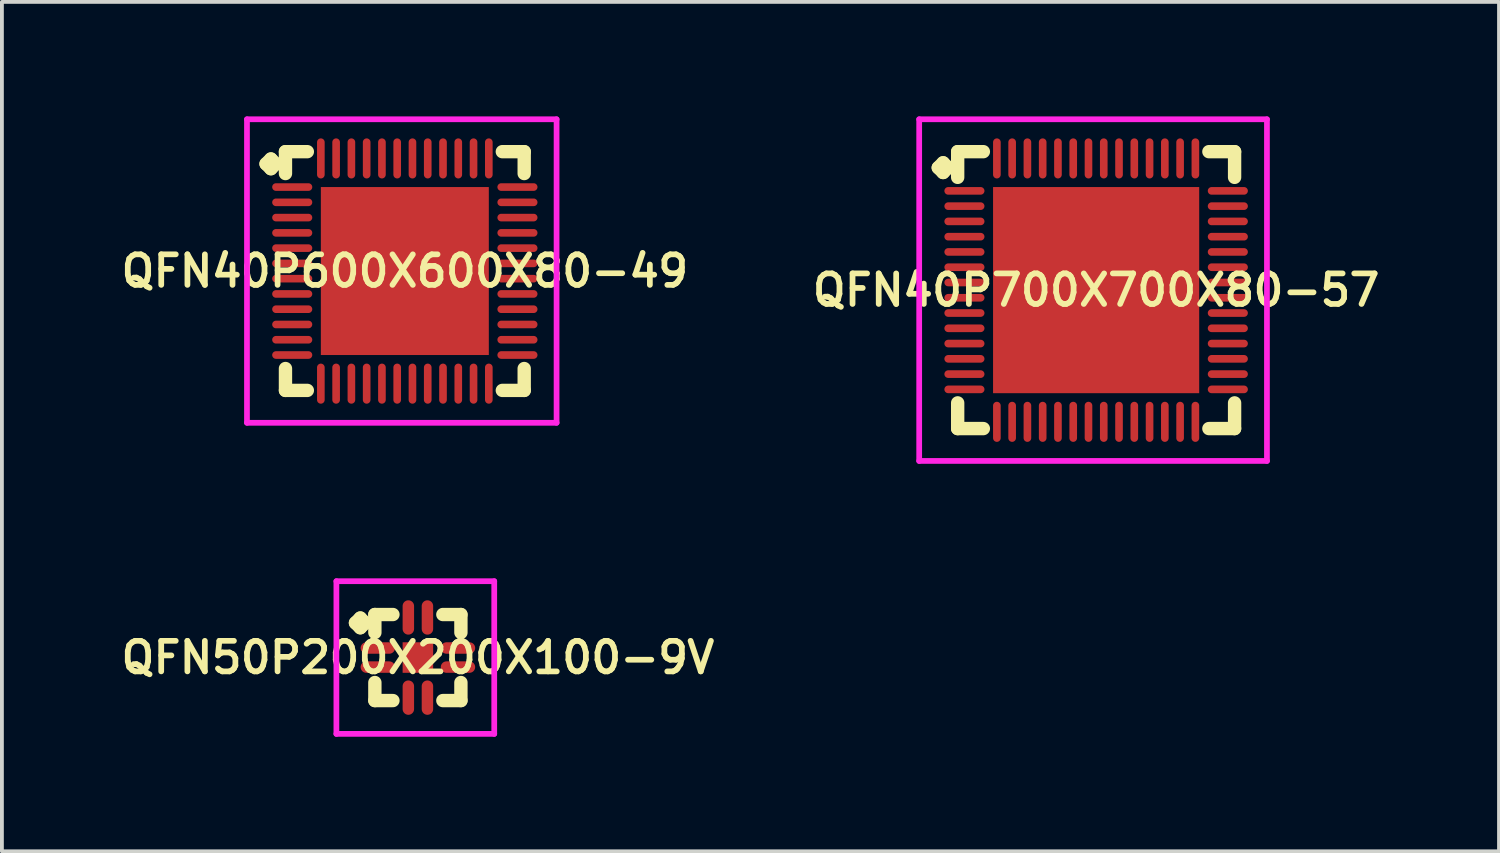
<source format=kicad_pcb>
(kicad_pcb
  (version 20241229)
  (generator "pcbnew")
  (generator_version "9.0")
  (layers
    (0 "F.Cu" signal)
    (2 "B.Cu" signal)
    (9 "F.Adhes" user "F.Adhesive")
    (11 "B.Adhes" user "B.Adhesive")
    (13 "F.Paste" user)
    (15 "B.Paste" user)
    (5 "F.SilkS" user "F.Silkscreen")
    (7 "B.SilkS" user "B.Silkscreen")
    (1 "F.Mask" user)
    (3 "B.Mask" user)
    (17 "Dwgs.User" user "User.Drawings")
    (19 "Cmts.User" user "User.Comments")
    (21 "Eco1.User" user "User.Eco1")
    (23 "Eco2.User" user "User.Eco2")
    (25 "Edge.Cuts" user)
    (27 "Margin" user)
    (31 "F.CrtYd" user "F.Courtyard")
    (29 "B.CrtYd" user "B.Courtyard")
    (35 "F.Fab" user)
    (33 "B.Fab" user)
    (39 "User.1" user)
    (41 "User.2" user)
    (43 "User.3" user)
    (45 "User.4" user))
  (footprint "QFN40P600X600X80-49"
    (layer "F.Cu")
    (at 7.555 4.05)
    (property "Reference" "QFN40P600X600X80-49" (at 0 0 0) (layer "F.SilkS") (effects (font (size 0.8 0.8) (thickness 0.15))))
    (attr smd)
    (fp_line (start -3.635 -2.808) (end -3.508 -2.935) (stroke (width 0.35) (type solid)) (layer "F.SilkS"))
    (fp_line (start -3.508 -2.935) (end -3.381 -2.808) (stroke (width 0.35) (type solid)) (layer "F.SilkS"))
    (fp_line (start -3.508 -2.681) (end -3.635 -2.808) (stroke (width 0.35) (type solid)) (layer "F.SilkS"))
    (fp_line (start -3.381 -2.808) (end -3.508 -2.681) (stroke (width 0.35) (type solid)) (layer "F.SilkS"))
    (fp_line (start -3.127 -3.127) (end -2.554 -3.127) (stroke (width 0.35) (type solid)) (layer "F.SilkS"))
    (fp_line (start -3.127 -2.554) (end -3.127 -3.127) (stroke (width 0.35) (type solid)) (layer "F.SilkS"))
    (fp_line (start -3.127 2.554) (end -3.127 3.127) (stroke (width 0.35) (type solid)) (layer "F.SilkS"))
    (fp_line (start -3.127 3.127) (end -2.554 3.127) (stroke (width 0.35) (type solid)) (layer "F.SilkS"))
    (fp_line (start 2.554 -3.127) (end 3.127 -3.127) (stroke (width 0.35) (type solid)) (layer "F.SilkS"))
    (fp_line (start 2.554 3.127) (end 3.127 3.127) (stroke (width 0.35) (type solid)) (layer "F.SilkS"))
    (fp_line (start 3.127 -3.127) (end 3.127 -2.554) (stroke (width 0.35) (type solid)) (layer "F.SilkS"))
    (fp_line (start 3.127 3.127) (end 3.127 2.554) (stroke (width 0.35) (type solid)) (layer "F.SilkS"))
    (fp_line (start -4.135 -3.975) (end 3.975 -3.975) (stroke (width 0.15) (type solid)) (layer "F.CrtYd"))
    (fp_line (start -4.135 3.975) (end -4.135 -3.975) (stroke (width 0.15) (type solid)) (layer "F.CrtYd"))
    (fp_line (start 3.975 -3.975) (end 3.975 3.975) (stroke (width 0.15) (type solid)) (layer "F.CrtYd"))
    (fp_line (start 3.975 3.975) (end -4.135 3.975) (stroke (width 0.15) (type solid)) (layer "F.CrtYd"))
    (pad "1" smd oval (at -2.95 -2.2) (size 1.05 0.2) (layers "F.Cu" "F.Mask" "F.Paste"))
    (pad "2" smd oval (at -2.95 -1.8) (size 1.05 0.2) (layers "F.Cu" "F.Mask" "F.Paste"))
    (pad "3" smd oval (at -2.95 -1.4) (size 1.05 0.2) (layers "F.Cu" "F.Mask" "F.Paste"))
    (pad "4" smd oval (at -2.95 -1) (size 1.05 0.2) (layers "F.Cu" "F.Mask" "F.Paste"))
    (pad "5" smd oval (at -2.95 -0.6) (size 1.05 0.2) (layers "F.Cu" "F.Mask" "F.Paste"))
    (pad "6" smd oval (at -2.95 -0.2) (size 1.05 0.2) (layers "F.Cu" "F.Mask" "F.Paste"))
    (pad "7" smd oval (at -2.95 0.2) (size 1.05 0.2) (layers "F.Cu" "F.Mask" "F.Paste"))
    (pad "8" smd oval (at -2.95 0.6) (size 1.05 0.2) (layers "F.Cu" "F.Mask" "F.Paste"))
    (pad "9" smd oval (at -2.95 1) (size 1.05 0.2) (layers "F.Cu" "F.Mask" "F.Paste"))
    (pad "10" smd oval (at -2.95 1.4) (size 1.05 0.2) (layers "F.Cu" "F.Mask" "F.Paste"))
    (pad "11" smd oval (at -2.95 1.8) (size 1.05 0.2) (layers "F.Cu" "F.Mask" "F.Paste"))
    (pad "12" smd oval (at -2.95 2.2) (size 1.05 0.2) (layers "F.Cu" "F.Mask" "F.Paste"))
    (pad "13" smd oval (at -2.2 2.95) (size 0.2 1.05) (layers "F.Cu" "F.Mask" "F.Paste"))
    (pad "14" smd oval (at -1.8 2.95) (size 0.2 1.05) (layers "F.Cu" "F.Mask" "F.Paste"))
    (pad "15" smd oval (at -1.4 2.95) (size 0.2 1.05) (layers "F.Cu" "F.Mask" "F.Paste"))
    (pad "16" smd oval (at -1 2.95) (size 0.2 1.05) (layers "F.Cu" "F.Mask" "F.Paste"))
    (pad "17" smd oval (at -0.6 2.95) (size 0.2 1.05) (layers "F.Cu" "F.Mask" "F.Paste"))
    (pad "18" smd oval (at -0.2 2.95) (size 0.2 1.05) (layers "F.Cu" "F.Mask" "F.Paste"))
    (pad "19" smd oval (at 0.2 2.95) (size 0.2 1.05) (layers "F.Cu" "F.Mask" "F.Paste"))
    (pad "20" smd oval (at 0.6 2.95) (size 0.2 1.05) (layers "F.Cu" "F.Mask" "F.Paste"))
    (pad "21" smd oval (at 1 2.95) (size 0.2 1.05) (layers "F.Cu" "F.Mask" "F.Paste"))
    (pad "22" smd oval (at 1.4 2.95) (size 0.2 1.05) (layers "F.Cu" "F.Mask" "F.Paste"))
    (pad "23" smd oval (at 1.8 2.95) (size 0.2 1.05) (layers "F.Cu" "F.Mask" "F.Paste"))
    (pad "24" smd oval (at 2.2 2.95) (size 0.2 1.05) (layers "F.Cu" "F.Mask" "F.Paste"))
    (pad "25" smd oval (at 2.95 2.2) (size 1.05 0.2) (layers "F.Cu" "F.Mask" "F.Paste"))
    (pad "26" smd oval (at 2.95 1.8) (size 1.05 0.2) (layers "F.Cu" "F.Mask" "F.Paste"))
    (pad "27" smd oval (at 2.95 1.4) (size 1.05 0.2) (layers "F.Cu" "F.Mask" "F.Paste"))
    (pad "28" smd oval (at 2.95 1) (size 1.05 0.2) (layers "F.Cu" "F.Mask" "F.Paste"))
    (pad "29" smd oval (at 2.95 0.6) (size 1.05 0.2) (layers "F.Cu" "F.Mask" "F.Paste"))
    (pad "30" smd oval (at 2.95 0.2) (size 1.05 0.2) (layers "F.Cu" "F.Mask" "F.Paste"))
    (pad "31" smd oval (at 2.95 -0.2) (size 1.05 0.2) (layers "F.Cu" "F.Mask" "F.Paste"))
    (pad "32" smd oval (at 2.95 -0.6) (size 1.05 0.2) (layers "F.Cu" "F.Mask" "F.Paste"))
    (pad "33" smd oval (at 2.95 -1) (size 1.05 0.2) (layers "F.Cu" "F.Mask" "F.Paste"))
    (pad "34" smd oval (at 2.95 -1.4) (size 1.05 0.2) (layers "F.Cu" "F.Mask" "F.Paste"))
    (pad "35" smd oval (at 2.95 -1.8) (size 1.05 0.2) (layers "F.Cu" "F.Mask" "F.Paste"))
    (pad "36" smd oval (at 2.95 -2.2) (size 1.05 0.2) (layers "F.Cu" "F.Mask" "F.Paste"))
    (pad "37" smd oval (at 2.2 -2.95) (size 0.2 1.05) (layers "F.Cu" "F.Mask" "F.Paste"))
    (pad "38" smd oval (at 1.8 -2.95) (size 0.2 1.05) (layers "F.Cu" "F.Mask" "F.Paste"))
    (pad "39" smd oval (at 1.4 -2.95) (size 0.2 1.05) (layers "F.Cu" "F.Mask" "F.Paste"))
    (pad "40" smd oval (at 1 -2.95) (size 0.2 1.05) (layers "F.Cu" "F.Mask" "F.Paste"))
    (pad "41" smd oval (at 0.6 -2.95) (size 0.2 1.05) (layers "F.Cu" "F.Mask" "F.Paste"))
    (pad "42" smd oval (at 0.2 -2.95) (size 0.2 1.05) (layers "F.Cu" "F.Mask" "F.Paste"))
    (pad "43" smd oval (at -0.2 -2.95) (size 0.2 1.05) (layers "F.Cu" "F.Mask" "F.Paste"))
    (pad "44" smd oval (at -0.6 -2.95) (size 0.2 1.05) (layers "F.Cu" "F.Mask" "F.Paste"))
    (pad "45" smd oval (at -1 -2.95) (size 0.2 1.05) (layers "F.Cu" "F.Mask" "F.Paste"))
    (pad "46" smd oval (at -1.4 -2.95) (size 0.2 1.05) (layers "F.Cu" "F.Mask" "F.Paste"))
    (pad "47" smd oval (at -1.8 -2.95) (size 0.2 1.05) (layers "F.Cu" "F.Mask" "F.Paste"))
    (pad "48" smd oval (at -2.2 -2.95) (size 0.2 1.05) (layers "F.Cu" "F.Mask" "F.Paste"))
    (pad "49" smd rect (at 0 0) (size 4.4 4.4) (layers "F.Cu" "F.Mask" "F.Paste")))
  (footprint "QFN50P200X200X100-9V"
    (layer "F.Cu")
    (at 7.897 14.175)
    (property "Reference" "QFN50P200X200X100-9V" (at 0 0 0) (layer "F.SilkS") (effects (font (size 0.8 0.8) (thickness 0.15))))
    (attr smd)
    (fp_line (start -1.635 -0.908) (end -1.508 -1.035) (stroke (width 0.35) (type solid)) (layer "F.SilkS"))
    (fp_line (start -1.508 -1.035) (end -1.381 -0.908) (stroke (width 0.35) (type solid)) (layer "F.SilkS"))
    (fp_line (start -1.508 -0.781) (end -1.635 -0.908) (stroke (width 0.35) (type solid)) (layer "F.SilkS"))
    (fp_line (start -1.381 -0.908) (end -1.508 -0.781) (stroke (width 0.35) (type solid)) (layer "F.SilkS"))
    (fp_line (start -1.127 -1.127) (end -0.654 -1.127) (stroke (width 0.35) (type solid)) (layer "F.SilkS"))
    (fp_line (start -1.127 -0.654) (end -1.127 -1.127) (stroke (width 0.35) (type solid)) (layer "F.SilkS"))
    (fp_line (start -1.127 0.654) (end -1.127 1.127) (stroke (width 0.35) (type solid)) (layer "F.SilkS"))
    (fp_line (start -1.127 1.127) (end -0.654 1.127) (stroke (width 0.35) (type solid)) (layer "F.SilkS"))
    (fp_line (start 0.654 -1.127) (end 1.127 -1.127) (stroke (width 0.35) (type solid)) (layer "F.SilkS"))
    (fp_line (start 0.654 1.127) (end 1.127 1.127) (stroke (width 0.35) (type solid)) (layer "F.SilkS"))
    (fp_line (start 1.127 -1.127) (end 1.127 -0.654) (stroke (width 0.35) (type solid)) (layer "F.SilkS"))
    (fp_line (start 1.127 1.127) (end 1.127 0.654) (stroke (width 0.35) (type solid)) (layer "F.SilkS"))
    (fp_line (start -2.135 -2) (end 2 -2) (stroke (width 0.15) (type solid)) (layer "F.CrtYd"))
    (fp_line (start -2.135 2) (end -2.135 -2) (stroke (width 0.15) (type solid)) (layer "F.CrtYd"))
    (fp_line (start 2 -2) (end 2 2) (stroke (width 0.15) (type solid)) (layer "F.CrtYd"))
    (fp_line (start 2 2) (end -2.135 2) (stroke (width 0.15) (type solid)) (layer "F.CrtYd"))
    (pad "1" smd oval (at -1.05 -0.25) (size 0.9 0.3) (layers "F.Cu" "F.Mask" "F.Paste"))
    (pad "2" smd oval (at -1.05 0.25) (size 0.9 0.3) (layers "F.Cu" "F.Mask" "F.Paste"))
    (pad "3" smd oval (at -0.25 1.05) (size 0.3 0.9) (layers "F.Cu" "F.Mask" "F.Paste"))
    (pad "4" smd oval (at 0.25 1.05) (size 0.3 0.9) (layers "F.Cu" "F.Mask" "F.Paste"))
    (pad "5" smd oval (at 1.05 0.25) (size 0.9 0.3) (layers "F.Cu" "F.Mask" "F.Paste"))
    (pad "6" smd oval (at 1.05 -0.25) (size 0.9 0.3) (layers "F.Cu" "F.Mask" "F.Paste"))
    (pad "7" smd oval (at 0.25 -1.05) (size 0.3 0.9) (layers "F.Cu" "F.Mask" "F.Paste"))
    (pad "8" smd oval (at -0.25 -1.05) (size 0.3 0.9) (layers "F.Cu" "F.Mask" "F.Paste"))
    (pad "9" smd rect (at 0 0) (size 0.8 0.8) (layers "F.Cu" "F.Mask" "F.Paste")))
  (footprint "QFN40P700X700X80-57"
    (layer "F.Cu")
    (at 25.664 4.55)
    (property "Reference" "QFN40P700X700X80-57" (at 0 0 0) (layer "F.SilkS") (effects (font (size 0.8 0.8) (thickness 0.15))))
    (attr smd)
    (fp_line (start -4.135 -3.208) (end -4.008 -3.335) (stroke (width 0.35) (type solid)) (layer "F.SilkS"))
    (fp_line (start -4.008 -3.335) (end -3.881 -3.208) (stroke (width 0.35) (type solid)) (layer "F.SilkS"))
    (fp_line (start -4.008 -3.081) (end -4.135 -3.208) (stroke (width 0.35) (type solid)) (layer "F.SilkS"))
    (fp_line (start -3.881 -3.208) (end -4.008 -3.081) (stroke (width 0.35) (type solid)) (layer "F.SilkS"))
    (fp_line (start -3.627 -3.627) (end -2.954 -3.627) (stroke (width 0.35) (type solid)) (layer "F.SilkS"))
    (fp_line (start -3.627 -2.954) (end -3.627 -3.627) (stroke (width 0.35) (type solid)) (layer "F.SilkS"))
    (fp_line (start -3.627 2.954) (end -3.627 3.627) (stroke (width 0.35) (type solid)) (layer "F.SilkS"))
    (fp_line (start -3.627 3.627) (end -2.954 3.627) (stroke (width 0.35) (type solid)) (layer "F.SilkS"))
    (fp_line (start 2.954 -3.627) (end 3.627 -3.627) (stroke (width 0.35) (type solid)) (layer "F.SilkS"))
    (fp_line (start 2.954 3.627) (end 3.627 3.627) (stroke (width 0.35) (type solid)) (layer "F.SilkS"))
    (fp_line (start 3.627 -3.627) (end 3.627 -2.954) (stroke (width 0.35) (type solid)) (layer "F.SilkS"))
    (fp_line (start 3.627 3.627) (end 3.627 2.954) (stroke (width 0.35) (type solid)) (layer "F.SilkS"))
    (fp_line (start -4.635 -4.475) (end 4.475 -4.475) (stroke (width 0.15) (type solid)) (layer "F.CrtYd"))
    (fp_line (start -4.635 4.475) (end -4.635 -4.475) (stroke (width 0.15) (type solid)) (layer "F.CrtYd"))
    (fp_line (start 4.475 -4.475) (end 4.475 4.475) (stroke (width 0.15) (type solid)) (layer "F.CrtYd"))
    (fp_line (start 4.475 4.475) (end -4.635 4.475) (stroke (width 0.15) (type solid)) (layer "F.CrtYd"))
    (pad "1" smd oval (at -3.45 -2.6) (size 1.05 0.2) (layers "F.Cu" "F.Mask" "F.Paste"))
    (pad "2" smd oval (at -3.45 -2.2) (size 1.05 0.2) (layers "F.Cu" "F.Mask" "F.Paste"))
    (pad "3" smd oval (at -3.45 -1.8) (size 1.05 0.2) (layers "F.Cu" "F.Mask" "F.Paste"))
    (pad "4" smd oval (at -3.45 -1.4) (size 1.05 0.2) (layers "F.Cu" "F.Mask" "F.Paste"))
    (pad "5" smd oval (at -3.45 -1) (size 1.05 0.2) (layers "F.Cu" "F.Mask" "F.Paste"))
    (pad "6" smd oval (at -3.45 -0.6) (size 1.05 0.2) (layers "F.Cu" "F.Mask" "F.Paste"))
    (pad "7" smd oval (at -3.45 -0.2) (size 1.05 0.2) (layers "F.Cu" "F.Mask" "F.Paste"))
    (pad "8" smd oval (at -3.45 0.2) (size 1.05 0.2) (layers "F.Cu" "F.Mask" "F.Paste"))
    (pad "9" smd oval (at -3.45 0.6) (size 1.05 0.2) (layers "F.Cu" "F.Mask" "F.Paste"))
    (pad "10" smd oval (at -3.45 1) (size 1.05 0.2) (layers "F.Cu" "F.Mask" "F.Paste"))
    (pad "11" smd oval (at -3.45 1.4) (size 1.05 0.2) (layers "F.Cu" "F.Mask" "F.Paste"))
    (pad "12" smd oval (at -3.45 1.8) (size 1.05 0.2) (layers "F.Cu" "F.Mask" "F.Paste"))
    (pad "13" smd oval (at -3.45 2.2) (size 1.05 0.2) (layers "F.Cu" "F.Mask" "F.Paste"))
    (pad "14" smd oval (at -3.45 2.6) (size 1.05 0.2) (layers "F.Cu" "F.Mask" "F.Paste"))
    (pad "15" smd oval (at -2.6 3.45) (size 0.2 1.05) (layers "F.Cu" "F.Mask" "F.Paste"))
    (pad "16" smd oval (at -2.2 3.45) (size 0.2 1.05) (layers "F.Cu" "F.Mask" "F.Paste"))
    (pad "17" smd oval (at -1.8 3.45) (size 0.2 1.05) (layers "F.Cu" "F.Mask" "F.Paste"))
    (pad "18" smd oval (at -1.4 3.45) (size 0.2 1.05) (layers "F.Cu" "F.Mask" "F.Paste"))
    (pad "19" smd oval (at -1 3.45) (size 0.2 1.05) (layers "F.Cu" "F.Mask" "F.Paste"))
    (pad "20" smd oval (at -0.6 3.45) (size 0.2 1.05) (layers "F.Cu" "F.Mask" "F.Paste"))
    (pad "21" smd oval (at -0.2 3.45) (size 0.2 1.05) (layers "F.Cu" "F.Mask" "F.Paste"))
    (pad "22" smd oval (at 0.2 3.45) (size 0.2 1.05) (layers "F.Cu" "F.Mask" "F.Paste"))
    (pad "23" smd oval (at 0.6 3.45) (size 0.2 1.05) (layers "F.Cu" "F.Mask" "F.Paste"))
    (pad "24" smd oval (at 1 3.45) (size 0.2 1.05) (layers "F.Cu" "F.Mask" "F.Paste"))
    (pad "25" smd oval (at 1.4 3.45) (size 0.2 1.05) (layers "F.Cu" "F.Mask" "F.Paste"))
    (pad "26" smd oval (at 1.8 3.45) (size 0.2 1.05) (layers "F.Cu" "F.Mask" "F.Paste"))
    (pad "27" smd oval (at 2.2 3.45) (size 0.2 1.05) (layers "F.Cu" "F.Mask" "F.Paste"))
    (pad "28" smd oval (at 2.6 3.45) (size 0.2 1.05) (layers "F.Cu" "F.Mask" "F.Paste"))
    (pad "29" smd oval (at 3.45 2.6) (size 1.05 0.2) (layers "F.Cu" "F.Mask" "F.Paste"))
    (pad "30" smd oval (at 3.45 2.2) (size 1.05 0.2) (layers "F.Cu" "F.Mask" "F.Paste"))
    (pad "31" smd oval (at 3.45 1.8) (size 1.05 0.2) (layers "F.Cu" "F.Mask" "F.Paste"))
    (pad "32" smd oval (at 3.45 1.4) (size 1.05 0.2) (layers "F.Cu" "F.Mask" "F.Paste"))
    (pad "33" smd oval (at 3.45 1) (size 1.05 0.2) (layers "F.Cu" "F.Mask" "F.Paste"))
    (pad "34" smd oval (at 3.45 0.6) (size 1.05 0.2) (layers "F.Cu" "F.Mask" "F.Paste"))
    (pad "35" smd oval (at 3.45 0.2) (size 1.05 0.2) (layers "F.Cu" "F.Mask" "F.Paste"))
    (pad "36" smd oval (at 3.45 -0.2) (size 1.05 0.2) (layers "F.Cu" "F.Mask" "F.Paste"))
    (pad "37" smd oval (at 3.45 -0.6) (size 1.05 0.2) (layers "F.Cu" "F.Mask" "F.Paste"))
    (pad "38" smd oval (at 3.45 -1) (size 1.05 0.2) (layers "F.Cu" "F.Mask" "F.Paste"))
    (pad "39" smd oval (at 3.45 -1.4) (size 1.05 0.2) (layers "F.Cu" "F.Mask" "F.Paste"))
    (pad "40" smd oval (at 3.45 -1.8) (size 1.05 0.2) (layers "F.Cu" "F.Mask" "F.Paste"))
    (pad "41" smd oval (at 3.45 -2.2) (size 1.05 0.2) (layers "F.Cu" "F.Mask" "F.Paste"))
    (pad "42" smd oval (at 3.45 -2.6) (size 1.05 0.2) (layers "F.Cu" "F.Mask" "F.Paste"))
    (pad "43" smd oval (at 2.6 -3.45) (size 0.2 1.05) (layers "F.Cu" "F.Mask" "F.Paste"))
    (pad "44" smd oval (at 2.2 -3.45) (size 0.2 1.05) (layers "F.Cu" "F.Mask" "F.Paste"))
    (pad "45" smd oval (at 1.8 -3.45) (size 0.2 1.05) (layers "F.Cu" "F.Mask" "F.Paste"))
    (pad "46" smd oval (at 1.4 -3.45) (size 0.2 1.05) (layers "F.Cu" "F.Mask" "F.Paste"))
    (pad "47" smd oval (at 1 -3.45) (size 0.2 1.05) (layers "F.Cu" "F.Mask" "F.Paste"))
    (pad "48" smd oval (at 0.6 -3.45) (size 0.2 1.05) (layers "F.Cu" "F.Mask" "F.Paste"))
    (pad "49" smd oval (at 0.2 -3.45) (size 0.2 1.05) (layers "F.Cu" "F.Mask" "F.Paste"))
    (pad "50" smd oval (at -0.2 -3.45) (size 0.2 1.05) (layers "F.Cu" "F.Mask" "F.Paste"))
    (pad "51" smd oval (at -0.6 -3.45) (size 0.2 1.05) (layers "F.Cu" "F.Mask" "F.Paste"))
    (pad "52" smd oval (at -1 -3.45) (size 0.2 1.05) (layers "F.Cu" "F.Mask" "F.Paste"))
    (pad "53" smd oval (at -1.4 -3.45) (size 0.2 1.05) (layers "F.Cu" "F.Mask" "F.Paste"))
    (pad "54" smd oval (at -1.8 -3.45) (size 0.2 1.05) (layers "F.Cu" "F.Mask" "F.Paste"))
    (pad "55" smd oval (at -2.2 -3.45) (size 0.2 1.05) (layers "F.Cu" "F.Mask" "F.Paste"))
    (pad "56" smd oval (at -2.6 -3.45) (size 0.2 1.05) (layers "F.Cu" "F.Mask" "F.Paste"))
    (pad "57" smd rect (at 0 0) (size 5.4 5.4) (layers "F.Cu" "F.Mask" "F.Paste")))
  (gr_rect
    (start -3 -3)
    (end 36.218 19.25)
    (stroke (width 0.1) (type default))
    (fill no)
    (layer "Edge.Cuts")))
</source>
